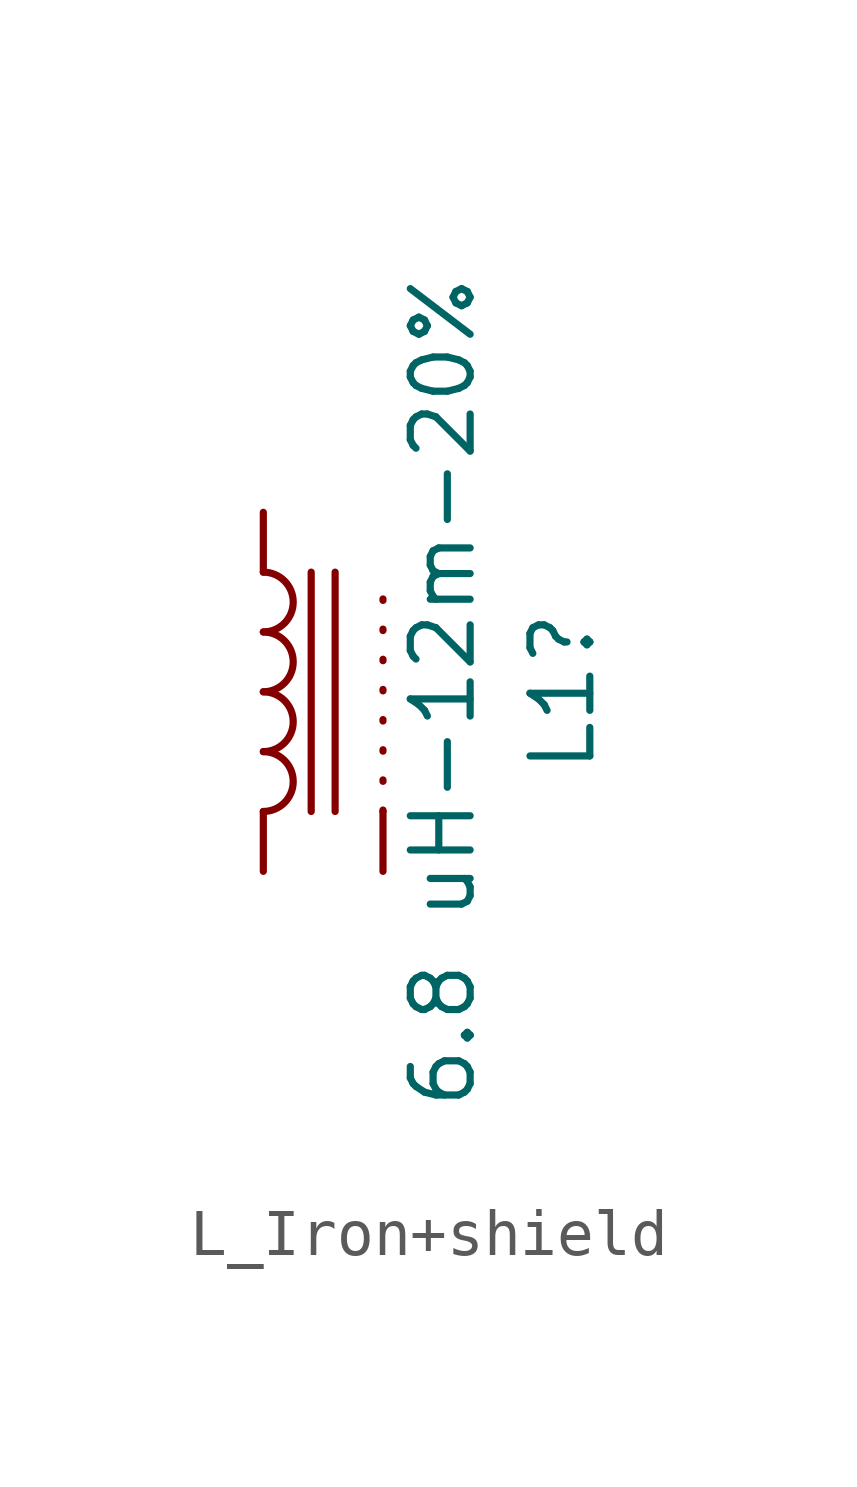
<source format=kicad_sym>
(kicad_symbol_lib
  (version 20241209)
  (generator "kicad_symbol_editor")
  (generator_version "9.0")
  (symbol "L_Iron+shield"
    (pin_numbers
      (hide yes))
    (pin_names
      (offset 1.016)
      (hide yes))
    (property "Reference" "L1"
      (at 6.35 0 90)
      (effects (font (size 1.27 1.27))))
    (property "Value" "6.8 uH-12m-20%"
      (at 3.81 0 90)
      (effects (font (size 1.27 1.27))))
    (symbol "L_Iron+shield_0_1"
      (arc (start 0 2.54) (mid 0.6323 1.905) (end 0 1.27) (stroke (width 0) (type default)) (fill (type none)))
      (arc (start 0 1.27) (mid 0.6323 0.635) (end 0 0) (stroke (width 0) (type default)) (fill (type none)))
      (arc (start 0 0) (mid 0.6323 -0.635) (end 0 -1.27) (stroke (width 0) (type default)) (fill (type none)))
      (arc (start 0 -1.27) (mid 0.6323 -1.905) (end 0 -2.54) (stroke (width 0) (type default)) (fill (type none)))
      (polyline (pts (xy 1.016 2.54) (xy 1.016 -2.54)) (stroke (width 0) (type default)) (fill (type none)))
      (polyline (pts (xy 1.524 -2.54) (xy 1.524 2.54)) (stroke (width 0) (type default)) (fill (type none))))
    (symbol "L_Iron+shield_1_1"
      (polyline (pts (xy 2.54 -2.54) (xy 2.54 2.54)) (stroke (width 0) (type dot)) (fill (type none)))
      (pin passive line (at 0 3.81 270) (length 1.27) (name "1" (effects (font (size 1.27 1.27)))) (number "1" (effects (font (size 1.27 1.27)))))
      (pin passive line (at 0 -3.81 90) (length 1.27) (name "2" (effects (font (size 1.27 1.27)))) (number "2" (effects (font (size 1.27 1.27)))))
      (pin passive line (at 2.54 -3.81 90) (length 1.27) (name "3" (effects (font (size 1.27 1.27)))) (number "3" (effects (font (size 1.27 1.27))))))))
</source>
